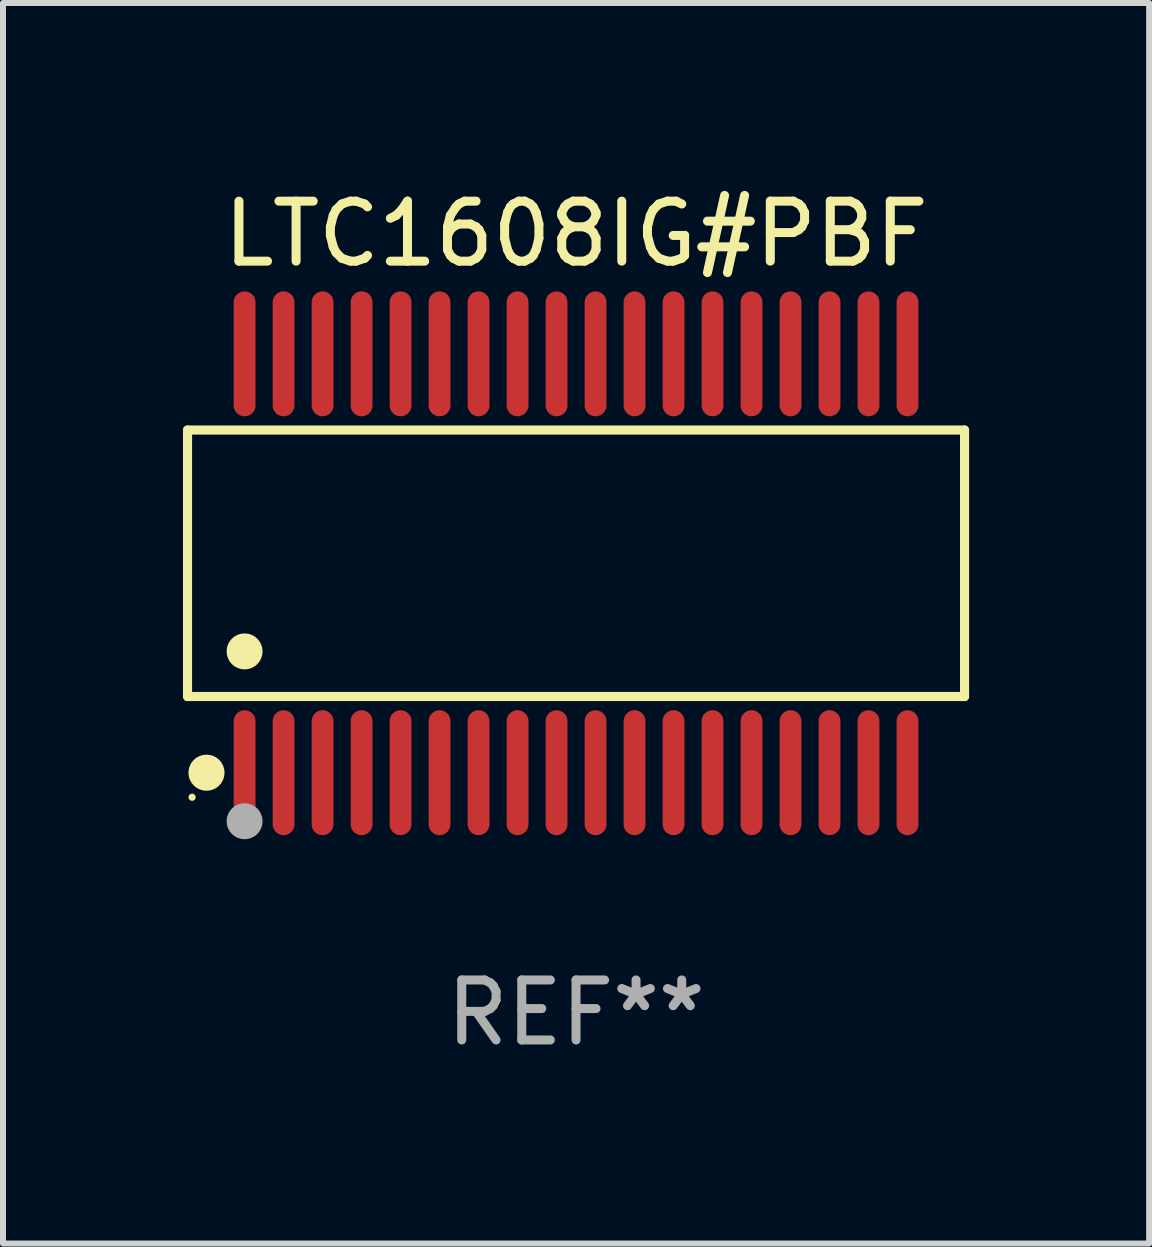
<source format=kicad_pcb>
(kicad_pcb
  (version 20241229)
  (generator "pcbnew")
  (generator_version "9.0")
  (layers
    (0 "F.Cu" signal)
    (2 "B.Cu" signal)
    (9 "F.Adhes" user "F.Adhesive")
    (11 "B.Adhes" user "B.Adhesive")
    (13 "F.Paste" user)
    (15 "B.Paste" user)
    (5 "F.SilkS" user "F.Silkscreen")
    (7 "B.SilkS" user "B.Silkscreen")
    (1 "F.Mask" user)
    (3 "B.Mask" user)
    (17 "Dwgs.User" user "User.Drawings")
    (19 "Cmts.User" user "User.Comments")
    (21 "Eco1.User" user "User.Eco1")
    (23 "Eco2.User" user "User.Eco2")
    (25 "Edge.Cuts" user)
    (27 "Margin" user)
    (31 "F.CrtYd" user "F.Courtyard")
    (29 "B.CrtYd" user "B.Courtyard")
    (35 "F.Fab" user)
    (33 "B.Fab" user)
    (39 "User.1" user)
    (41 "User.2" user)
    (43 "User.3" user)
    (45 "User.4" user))
  (footprint "LTC1608IG#PBF"
    (layer "F.Cu")
    (at 6.552 6.339)
    (property "Reference" "LTC1608IG#PBF" (at 0 -5.491 0) (layer "F.SilkS") (effects (font (size 1 1) (thickness 0.15))))
    (attr through_hole)
    (fp_line (start -6.476 -2.221) (end 6.476 -2.221) (stroke (width 0.152) (type solid)) (layer "F.SilkS"))
    (fp_line (start -6.476 2.221) (end -6.476 -2.221) (stroke (width 0.152) (type solid)) (layer "F.SilkS"))
    (fp_line (start 6.476 -2.221) (end 6.476 2.221) (stroke (width 0.152) (type solid)) (layer "F.SilkS"))
    (fp_line (start 6.476 2.221) (end -6.476 2.221) (stroke (width 0.152) (type solid)) (layer "F.SilkS"))
    (fp_circle (center -6.4 3.9) (end -6.37 3.9) (stroke (width 0.06) (type solid)) (fill no) (layer "F.SilkS"))
    (fp_circle (center -6.16 3.491) (end -6.009 3.491) (stroke (width 0.3) (type solid)) (fill no) (layer "F.SilkS"))
    (fp_circle (center -5.525 1.469) (end -5.375 1.469) (stroke (width 0.3) (type solid)) (fill no) (layer "F.SilkS"))
    (fp_circle (center -5.525 4.3) (end -5.375 4.3) (stroke (width 0.3) (type solid)) (fill no) (layer "F.Fab"))
    (fp_text user "REF**" (at 0 7.491 0) (layer "F.Fab") (effects (font (size 1 1) (thickness 0.15))))
    (pad "1" smd oval (at -5.525 3.491) (size 0.364 2.082) (layers "F.Cu" "F.Mask" "F.Paste"))
    (pad "2" smd oval (at -4.875 3.491) (size 0.364 2.082) (layers "F.Cu" "F.Mask" "F.Paste"))
    (pad "3" smd oval (at -4.225 3.491) (size 0.364 2.082) (layers "F.Cu" "F.Mask" "F.Paste"))
    (pad "4" smd oval (at -3.575 3.491) (size 0.364 2.082) (layers "F.Cu" "F.Mask" "F.Paste"))
    (pad "5" smd oval (at -2.925 3.491) (size 0.364 2.082) (layers "F.Cu" "F.Mask" "F.Paste"))
    (pad "6" smd oval (at -2.275 3.491) (size 0.364 2.082) (layers "F.Cu" "F.Mask" "F.Paste"))
    (pad "7" smd oval (at -1.625 3.491) (size 0.364 2.082) (layers "F.Cu" "F.Mask" "F.Paste"))
    (pad "8" smd oval (at -0.975 3.491) (size 0.364 2.082) (layers "F.Cu" "F.Mask" "F.Paste"))
    (pad "9" smd oval (at -0.325 3.491) (size 0.364 2.082) (layers "F.Cu" "F.Mask" "F.Paste"))
    (pad "10" smd oval (at 0.325 3.491) (size 0.364 2.082) (layers "F.Cu" "F.Mask" "F.Paste"))
    (pad "11" smd oval (at 0.975 3.491) (size 0.364 2.082) (layers "F.Cu" "F.Mask" "F.Paste"))
    (pad "12" smd oval (at 1.625 3.491) (size 0.364 2.082) (layers "F.Cu" "F.Mask" "F.Paste"))
    (pad "13" smd oval (at 2.275 3.491) (size 0.364 2.082) (layers "F.Cu" "F.Mask" "F.Paste"))
    (pad "14" smd oval (at 2.925 3.491) (size 0.364 2.082) (layers "F.Cu" "F.Mask" "F.Paste"))
    (pad "15" smd oval (at 3.575 3.491) (size 0.364 2.082) (layers "F.Cu" "F.Mask" "F.Paste"))
    (pad "16" smd oval (at 4.225 3.491) (size 0.364 2.082) (layers "F.Cu" "F.Mask" "F.Paste"))
    (pad "17" smd oval (at 4.875 3.491) (size 0.364 2.082) (layers "F.Cu" "F.Mask" "F.Paste"))
    (pad "18" smd oval (at 5.525 3.491) (size 0.364 2.082) (layers "F.Cu" "F.Mask" "F.Paste"))
    (pad "19" smd oval (at 5.525 -3.491) (size 0.364 2.082) (layers "F.Cu" "F.Mask" "F.Paste"))
    (pad "20" smd oval (at 4.875 -3.491) (size 0.364 2.082) (layers "F.Cu" "F.Mask" "F.Paste"))
    (pad "21" smd oval (at 4.225 -3.491) (size 0.364 2.082) (layers "F.Cu" "F.Mask" "F.Paste"))
    (pad "22" smd oval (at 3.575 -3.491) (size 0.364 2.082) (layers "F.Cu" "F.Mask" "F.Paste"))
    (pad "23" smd oval (at 2.925 -3.491) (size 0.364 2.082) (layers "F.Cu" "F.Mask" "F.Paste"))
    (pad "24" smd oval (at 2.275 -3.491) (size 0.364 2.082) (layers "F.Cu" "F.Mask" "F.Paste"))
    (pad "25" smd oval (at 1.625 -3.491) (size 0.364 2.082) (layers "F.Cu" "F.Mask" "F.Paste"))
    (pad "26" smd oval (at 0.975 -3.491) (size 0.364 2.082) (layers "F.Cu" "F.Mask" "F.Paste"))
    (pad "27" smd oval (at 0.325 -3.491) (size 0.364 2.082) (layers "F.Cu" "F.Mask" "F.Paste"))
    (pad "28" smd oval (at -0.325 -3.491) (size 0.364 2.082) (layers "F.Cu" "F.Mask" "F.Paste"))
    (pad "29" smd oval (at -0.975 -3.491) (size 0.364 2.082) (layers "F.Cu" "F.Mask" "F.Paste"))
    (pad "30" smd oval (at -1.625 -3.491) (size 0.364 2.082) (layers "F.Cu" "F.Mask" "F.Paste"))
    (pad "31" smd oval (at -2.275 -3.491) (size 0.364 2.082) (layers "F.Cu" "F.Mask" "F.Paste"))
    (pad "32" smd oval (at -2.925 -3.491) (size 0.364 2.082) (layers "F.Cu" "F.Mask" "F.Paste"))
    (pad "33" smd oval (at -3.575 -3.491) (size 0.364 2.082) (layers "F.Cu" "F.Mask" "F.Paste"))
    (pad "34" smd oval (at -4.225 -3.491) (size 0.364 2.082) (layers "F.Cu" "F.Mask" "F.Paste"))
    (pad "35" smd oval (at -4.875 -3.491) (size 0.364 2.082) (layers "F.Cu" "F.Mask" "F.Paste"))
    (pad "36" smd oval (at -5.525 -3.491) (size 0.364 2.082) (layers "F.Cu" "F.Mask" "F.Paste")))
  (gr_rect
    (start -3 -3)
    (end 16.105 17.678)
    (stroke (width 0.1) (type default))
    (fill no)
    (layer "Edge.Cuts")))
</source>
